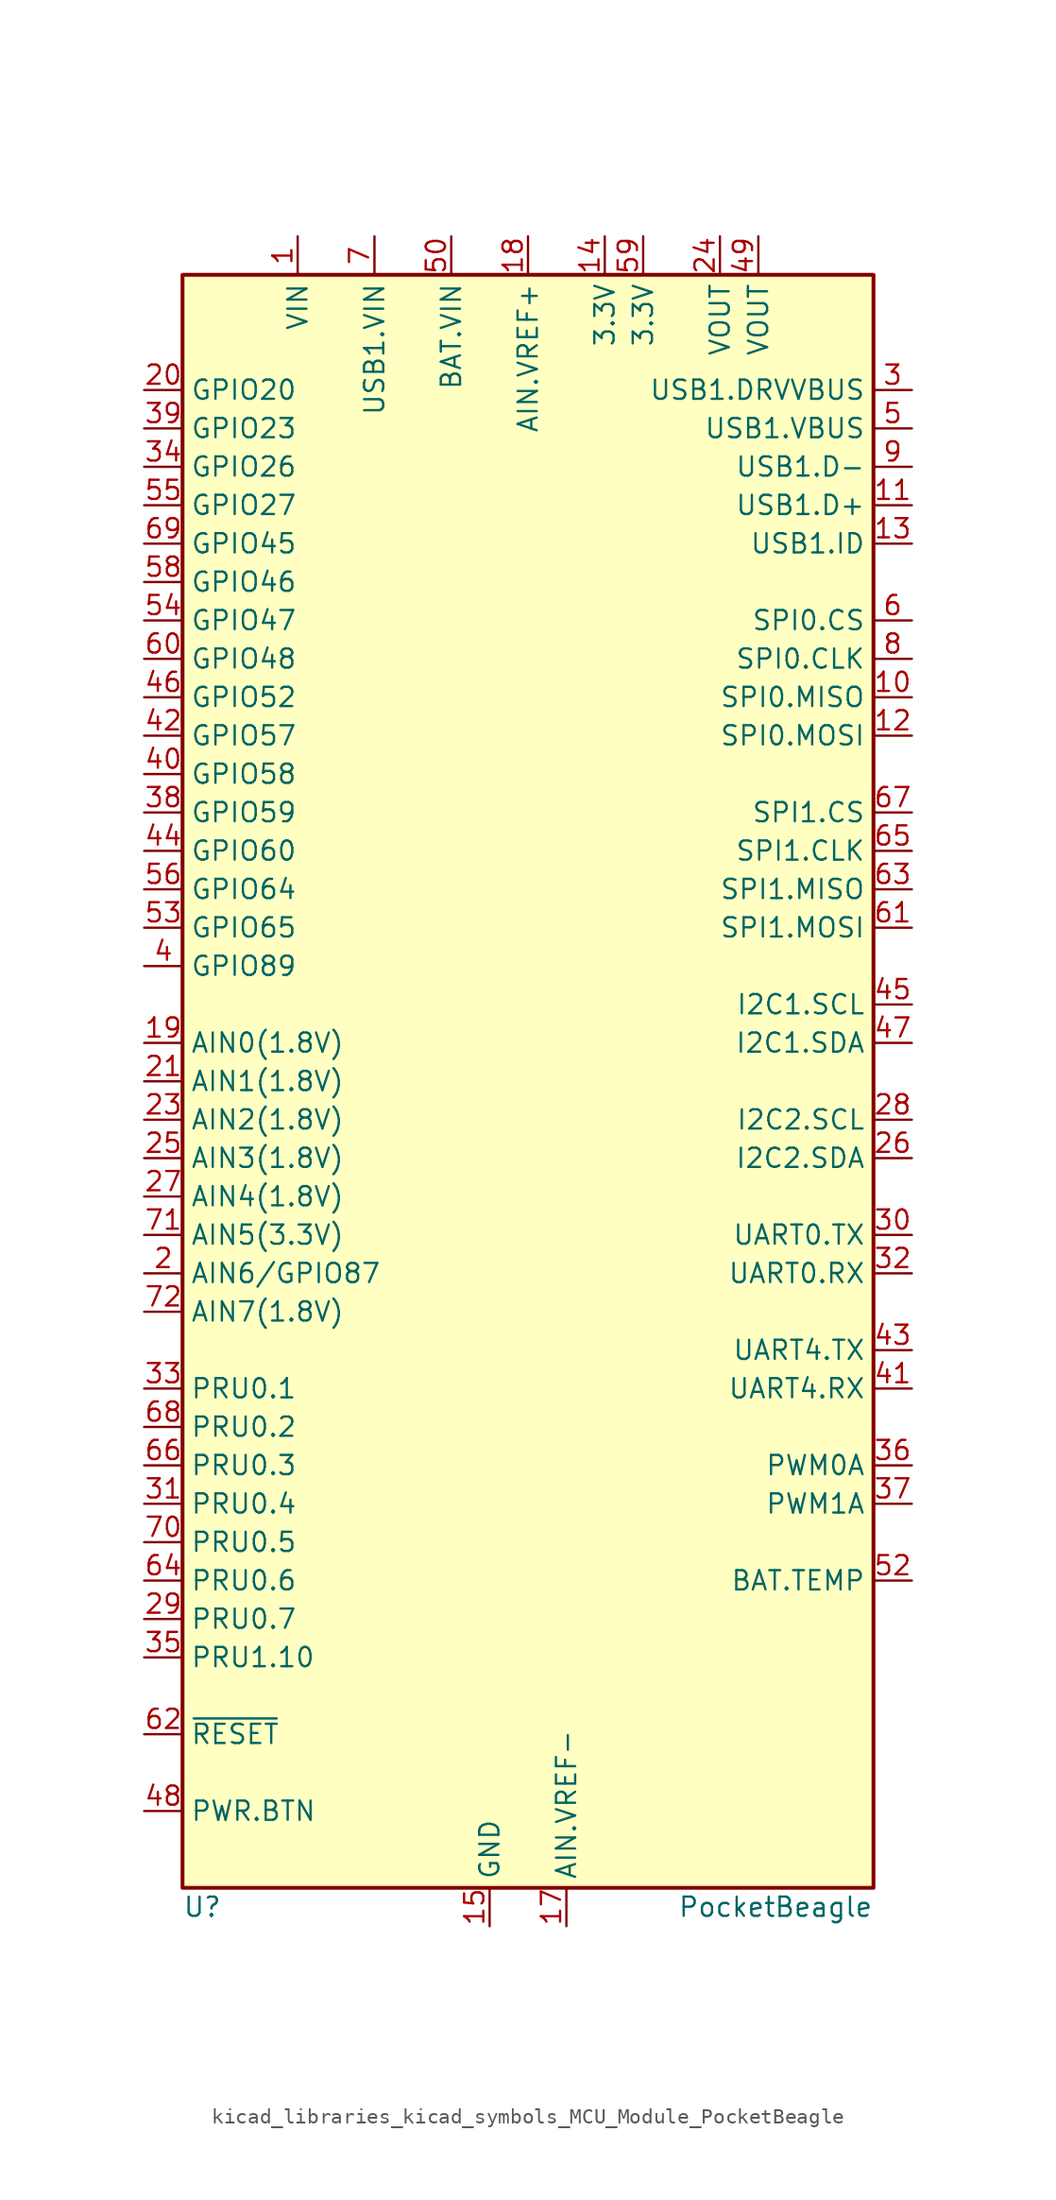
<source format=kicad_sym>
(kicad_symbol_lib
  (version 20220914)
  (generator kicad_symbol_editor)
  (symbol "kicad_libraries_kicad_symbols_MCU_Module_PocketBeagle"
    (property "Reference" "U"
      (at -22.86 -54.61 0)
      (effects (font (size 1.27 1.27)) (justify left)))
    (property "Value" "PocketBeagle"
      (at 22.86 -54.61 0)
      (effects (font (size 1.27 1.27)) (justify right)))
    (symbol "kicad_libraries_kicad_symbols_MCU_Module_PocketBeagle_0_1"
      (rectangle (start -22.86 53.34) (end 22.86 -53.34) (stroke (width 0.254) (type default)) (fill (type background))))
    (symbol "kicad_libraries_kicad_symbols_MCU_Module_PocketBeagle_1_1"
      (pin power_in line (at -15.24 55.88 270) (length 2.54) (name "VIN" (effects (font (size 1.27 1.27)))) (number "1" (effects (font (size 1.27 1.27)))))
      (pin bidirectional line (at 25.4 25.4 180) (length 2.54) (name "SPI0.MISO" (effects (font (size 1.27 1.27)))) (number "10" (effects (font (size 1.27 1.27)))))
      (pin bidirectional line (at 25.4 38.1 180) (length 2.54) (name "USB1.D+" (effects (font (size 1.27 1.27)))) (number "11" (effects (font (size 1.27 1.27)))))
      (pin bidirectional line (at 25.4 22.86 180) (length 2.54) (name "SPI0.MOSI" (effects (font (size 1.27 1.27)))) (number "12" (effects (font (size 1.27 1.27)))))
      (pin input line (at 25.4 35.56 180) (length 2.54) (name "USB1.ID" (effects (font (size 1.27 1.27)))) (number "13" (effects (font (size 1.27 1.27)))))
      (pin power_out line (at 5.08 55.88 270) (length 2.54) (name "3.3V" (effects (font (size 1.27 1.27)))) (number "14" (effects (font (size 1.27 1.27)))))
      (pin power_in line (at -2.54 -55.88 90) (length 2.54) (name "GND" (effects (font (size 1.27 1.27)))) (number "15" (effects (font (size 1.27 1.27)))))
      (pin passive line (at -2.54 -55.88 90) (length 2.54) hide (name "GND" (effects (font (size 1.27 1.27)))) (number "16" (effects (font (size 1.27 1.27)))))
      (pin power_in line (at 2.54 -55.88 90) (length 2.54) (name "AIN.VREF-" (effects (font (size 1.27 1.27)))) (number "17" (effects (font (size 1.27 1.27)))))
      (pin power_in line (at 0 55.88 270) (length 2.54) (name "AIN.VREF+" (effects (font (size 1.27 1.27)))) (number "18" (effects (font (size 1.27 1.27)))))
      (pin input line (at -25.4 2.54 0) (length 2.54) (name "AIN0(1.8V)" (effects (font (size 1.27 1.27)))) (number "19" (effects (font (size 1.27 1.27)))))
      (pin bidirectional line (at -25.4 -12.7 0) (length 2.54) (name "AIN6/GPIO87" (effects (font (size 1.27 1.27)))) (number "2" (effects (font (size 1.27 1.27)))))
      (pin bidirectional line (at -25.4 45.72 0) (length 2.54) (name "GPIO20" (effects (font (size 1.27 1.27)))) (number "20" (effects (font (size 1.27 1.27)))))
      (pin input line (at -25.4 0 0) (length 2.54) (name "AIN1(1.8V)" (effects (font (size 1.27 1.27)))) (number "21" (effects (font (size 1.27 1.27)))))
      (pin passive line (at -2.54 -55.88 90) (length 2.54) hide (name "GND" (effects (font (size 1.27 1.27)))) (number "22" (effects (font (size 1.27 1.27)))))
      (pin input line (at -25.4 -2.54 0) (length 2.54) (name "AIN2(1.8V)" (effects (font (size 1.27 1.27)))) (number "23" (effects (font (size 1.27 1.27)))))
      (pin power_out line (at 12.7 55.88 270) (length 2.54) (name "VOUT" (effects (font (size 1.27 1.27)))) (number "24" (effects (font (size 1.27 1.27)))))
      (pin input line (at -25.4 -5.08 0) (length 2.54) (name "AIN3(1.8V)" (effects (font (size 1.27 1.27)))) (number "25" (effects (font (size 1.27 1.27)))))
      (pin bidirectional line (at 25.4 -5.08 180) (length 2.54) (name "I2C2.SDA" (effects (font (size 1.27 1.27)))) (number "26" (effects (font (size 1.27 1.27)))))
      (pin input line (at -25.4 -7.62 0) (length 2.54) (name "AIN4(1.8V)" (effects (font (size 1.27 1.27)))) (number "27" (effects (font (size 1.27 1.27)))))
      (pin bidirectional line (at 25.4 -2.54 180) (length 2.54) (name "I2C2.SCL" (effects (font (size 1.27 1.27)))) (number "28" (effects (font (size 1.27 1.27)))))
      (pin bidirectional line (at -25.4 -35.56 0) (length 2.54) (name "PRU0.7" (effects (font (size 1.27 1.27)))) (number "29" (effects (font (size 1.27 1.27)))))
      (pin output line (at 25.4 45.72 180) (length 2.54) (name "USB1.DRVVBUS" (effects (font (size 1.27 1.27)))) (number "3" (effects (font (size 1.27 1.27)))))
      (pin bidirectional line (at 25.4 -10.16 180) (length 2.54) (name "UART0.TX" (effects (font (size 1.27 1.27)))) (number "30" (effects (font (size 1.27 1.27)))))
      (pin bidirectional line (at -25.4 -27.94 0) (length 2.54) (name "PRU0.4" (effects (font (size 1.27 1.27)))) (number "31" (effects (font (size 1.27 1.27)))))
      (pin bidirectional line (at 25.4 -12.7 180) (length 2.54) (name "UART0.RX" (effects (font (size 1.27 1.27)))) (number "32" (effects (font (size 1.27 1.27)))))
      (pin bidirectional line (at -25.4 -20.32 0) (length 2.54) (name "PRU0.1" (effects (font (size 1.27 1.27)))) (number "33" (effects (font (size 1.27 1.27)))))
      (pin bidirectional line (at -25.4 40.64 0) (length 2.54) (name "GPIO26" (effects (font (size 1.27 1.27)))) (number "34" (effects (font (size 1.27 1.27)))))
      (pin bidirectional line (at -25.4 -38.1 0) (length 2.54) (name "PRU1.10" (effects (font (size 1.27 1.27)))) (number "35" (effects (font (size 1.27 1.27)))))
      (pin bidirectional line (at 25.4 -25.4 180) (length 2.54) (name "PWM0A" (effects (font (size 1.27 1.27)))) (number "36" (effects (font (size 1.27 1.27)))))
      (pin bidirectional line (at 25.4 -27.94 180) (length 2.54) (name "PWM1A" (effects (font (size 1.27 1.27)))) (number "37" (effects (font (size 1.27 1.27)))))
      (pin bidirectional line (at -25.4 17.78 0) (length 2.54) (name "GPIO59" (effects (font (size 1.27 1.27)))) (number "38" (effects (font (size 1.27 1.27)))))
      (pin bidirectional line (at -25.4 43.18 0) (length 2.54) (name "GPIO23" (effects (font (size 1.27 1.27)))) (number "39" (effects (font (size 1.27 1.27)))))
      (pin bidirectional line (at -25.4 7.62 0) (length 2.54) (name "GPIO89" (effects (font (size 1.27 1.27)))) (number "4" (effects (font (size 1.27 1.27)))))
      (pin bidirectional line (at -25.4 20.32 0) (length 2.54) (name "GPIO58" (effects (font (size 1.27 1.27)))) (number "40" (effects (font (size 1.27 1.27)))))
      (pin bidirectional line (at 25.4 -20.32 180) (length 2.54) (name "UART4.RX" (effects (font (size 1.27 1.27)))) (number "41" (effects (font (size 1.27 1.27)))))
      (pin bidirectional line (at -25.4 22.86 0) (length 2.54) (name "GPIO57" (effects (font (size 1.27 1.27)))) (number "42" (effects (font (size 1.27 1.27)))))
      (pin bidirectional line (at 25.4 -17.78 180) (length 2.54) (name "UART4.TX" (effects (font (size 1.27 1.27)))) (number "43" (effects (font (size 1.27 1.27)))))
      (pin bidirectional line (at -25.4 15.24 0) (length 2.54) (name "GPIO60" (effects (font (size 1.27 1.27)))) (number "44" (effects (font (size 1.27 1.27)))))
      (pin bidirectional line (at 25.4 5.08 180) (length 2.54) (name "I2C1.SCL" (effects (font (size 1.27 1.27)))) (number "45" (effects (font (size 1.27 1.27)))))
      (pin bidirectional line (at -25.4 25.4 0) (length 2.54) (name "GPIO52" (effects (font (size 1.27 1.27)))) (number "46" (effects (font (size 1.27 1.27)))))
      (pin bidirectional line (at 25.4 2.54 180) (length 2.54) (name "I2C1.SDA" (effects (font (size 1.27 1.27)))) (number "47" (effects (font (size 1.27 1.27)))))
      (pin input line (at -25.4 -48.26 0) (length 2.54) (name "PWR.BTN" (effects (font (size 1.27 1.27)))) (number "48" (effects (font (size 1.27 1.27)))))
      (pin power_out line (at 15.24 55.88 270) (length 2.54) (name "VOUT" (effects (font (size 1.27 1.27)))) (number "49" (effects (font (size 1.27 1.27)))))
      (pin input line (at 25.4 43.18 180) (length 2.54) (name "USB1.VBUS" (effects (font (size 1.27 1.27)))) (number "5" (effects (font (size 1.27 1.27)))))
      (pin power_in line (at -5.08 55.88 270) (length 2.54) (name "BAT.VIN" (effects (font (size 1.27 1.27)))) (number "50" (effects (font (size 1.27 1.27)))))
      (pin passive line (at -2.54 -55.88 90) (length 2.54) hide (name "GND" (effects (font (size 1.27 1.27)))) (number "51" (effects (font (size 1.27 1.27)))))
      (pin passive line (at 25.4 -33.02 180) (length 2.54) (name "BAT.TEMP" (effects (font (size 1.27 1.27)))) (number "52" (effects (font (size 1.27 1.27)))))
      (pin bidirectional line (at -25.4 10.16 0) (length 2.54) (name "GPIO65" (effects (font (size 1.27 1.27)))) (number "53" (effects (font (size 1.27 1.27)))))
      (pin bidirectional line (at -25.4 30.48 0) (length 2.54) (name "GPIO47" (effects (font (size 1.27 1.27)))) (number "54" (effects (font (size 1.27 1.27)))))
      (pin bidirectional line (at -25.4 38.1 0) (length 2.54) (name "GPIO27" (effects (font (size 1.27 1.27)))) (number "55" (effects (font (size 1.27 1.27)))))
      (pin bidirectional line (at -25.4 12.7 0) (length 2.54) (name "GPIO64" (effects (font (size 1.27 1.27)))) (number "56" (effects (font (size 1.27 1.27)))))
      (pin passive line (at -2.54 -55.88 90) (length 2.54) hide (name "GND" (effects (font (size 1.27 1.27)))) (number "57" (effects (font (size 1.27 1.27)))))
      (pin bidirectional line (at -25.4 33.02 0) (length 2.54) (name "GPIO46" (effects (font (size 1.27 1.27)))) (number "58" (effects (font (size 1.27 1.27)))))
      (pin power_out line (at 7.62 55.88 270) (length 2.54) (name "3.3V" (effects (font (size 1.27 1.27)))) (number "59" (effects (font (size 1.27 1.27)))))
      (pin bidirectional line (at 25.4 30.48 180) (length 2.54) (name "SPI0.CS" (effects (font (size 1.27 1.27)))) (number "6" (effects (font (size 1.27 1.27)))))
      (pin bidirectional line (at -25.4 27.94 0) (length 2.54) (name "GPIO48" (effects (font (size 1.27 1.27)))) (number "60" (effects (font (size 1.27 1.27)))))
      (pin bidirectional line (at 25.4 10.16 180) (length 2.54) (name "SPI1.MOSI" (effects (font (size 1.27 1.27)))) (number "61" (effects (font (size 1.27 1.27)))))
      (pin input line (at -25.4 -43.18 0) (length 2.54) (name "~{RESET}" (effects (font (size 1.27 1.27)))) (number "62" (effects (font (size 1.27 1.27)))))
      (pin bidirectional line (at 25.4 12.7 180) (length 2.54) (name "SPI1.MISO" (effects (font (size 1.27 1.27)))) (number "63" (effects (font (size 1.27 1.27)))))
      (pin bidirectional line (at -25.4 -33.02 0) (length 2.54) (name "PRU0.6" (effects (font (size 1.27 1.27)))) (number "64" (effects (font (size 1.27 1.27)))))
      (pin bidirectional line (at 25.4 15.24 180) (length 2.54) (name "SPI1.CLK" (effects (font (size 1.27 1.27)))) (number "65" (effects (font (size 1.27 1.27)))))
      (pin bidirectional line (at -25.4 -25.4 0) (length 2.54) (name "PRU0.3" (effects (font (size 1.27 1.27)))) (number "66" (effects (font (size 1.27 1.27)))))
      (pin bidirectional line (at 25.4 17.78 180) (length 2.54) (name "SPI1.CS" (effects (font (size 1.27 1.27)))) (number "67" (effects (font (size 1.27 1.27)))))
      (pin bidirectional line (at -25.4 -22.86 0) (length 2.54) (name "PRU0.2" (effects (font (size 1.27 1.27)))) (number "68" (effects (font (size 1.27 1.27)))))
      (pin bidirectional line (at -25.4 35.56 0) (length 2.54) (name "GPIO45" (effects (font (size 1.27 1.27)))) (number "69" (effects (font (size 1.27 1.27)))))
      (pin power_in line (at -10.16 55.88 270) (length 2.54) (name "USB1.VIN" (effects (font (size 1.27 1.27)))) (number "7" (effects (font (size 1.27 1.27)))))
      (pin bidirectional line (at -25.4 -30.48 0) (length 2.54) (name "PRU0.5" (effects (font (size 1.27 1.27)))) (number "70" (effects (font (size 1.27 1.27)))))
      (pin input line (at -25.4 -10.16 0) (length 2.54) (name "AIN5(3.3V)" (effects (font (size 1.27 1.27)))) (number "71" (effects (font (size 1.27 1.27)))))
      (pin input line (at -25.4 -15.24 0) (length 2.54) (name "AIN7(1.8V)" (effects (font (size 1.27 1.27)))) (number "72" (effects (font (size 1.27 1.27)))))
      (pin bidirectional line (at 25.4 27.94 180) (length 2.54) (name "SPI0.CLK" (effects (font (size 1.27 1.27)))) (number "8" (effects (font (size 1.27 1.27)))))
      (pin bidirectional line (at 25.4 40.64 180) (length 2.54) (name "USB1.D-" (effects (font (size 1.27 1.27)))) (number "9" (effects (font (size 1.27 1.27))))))))
</source>
